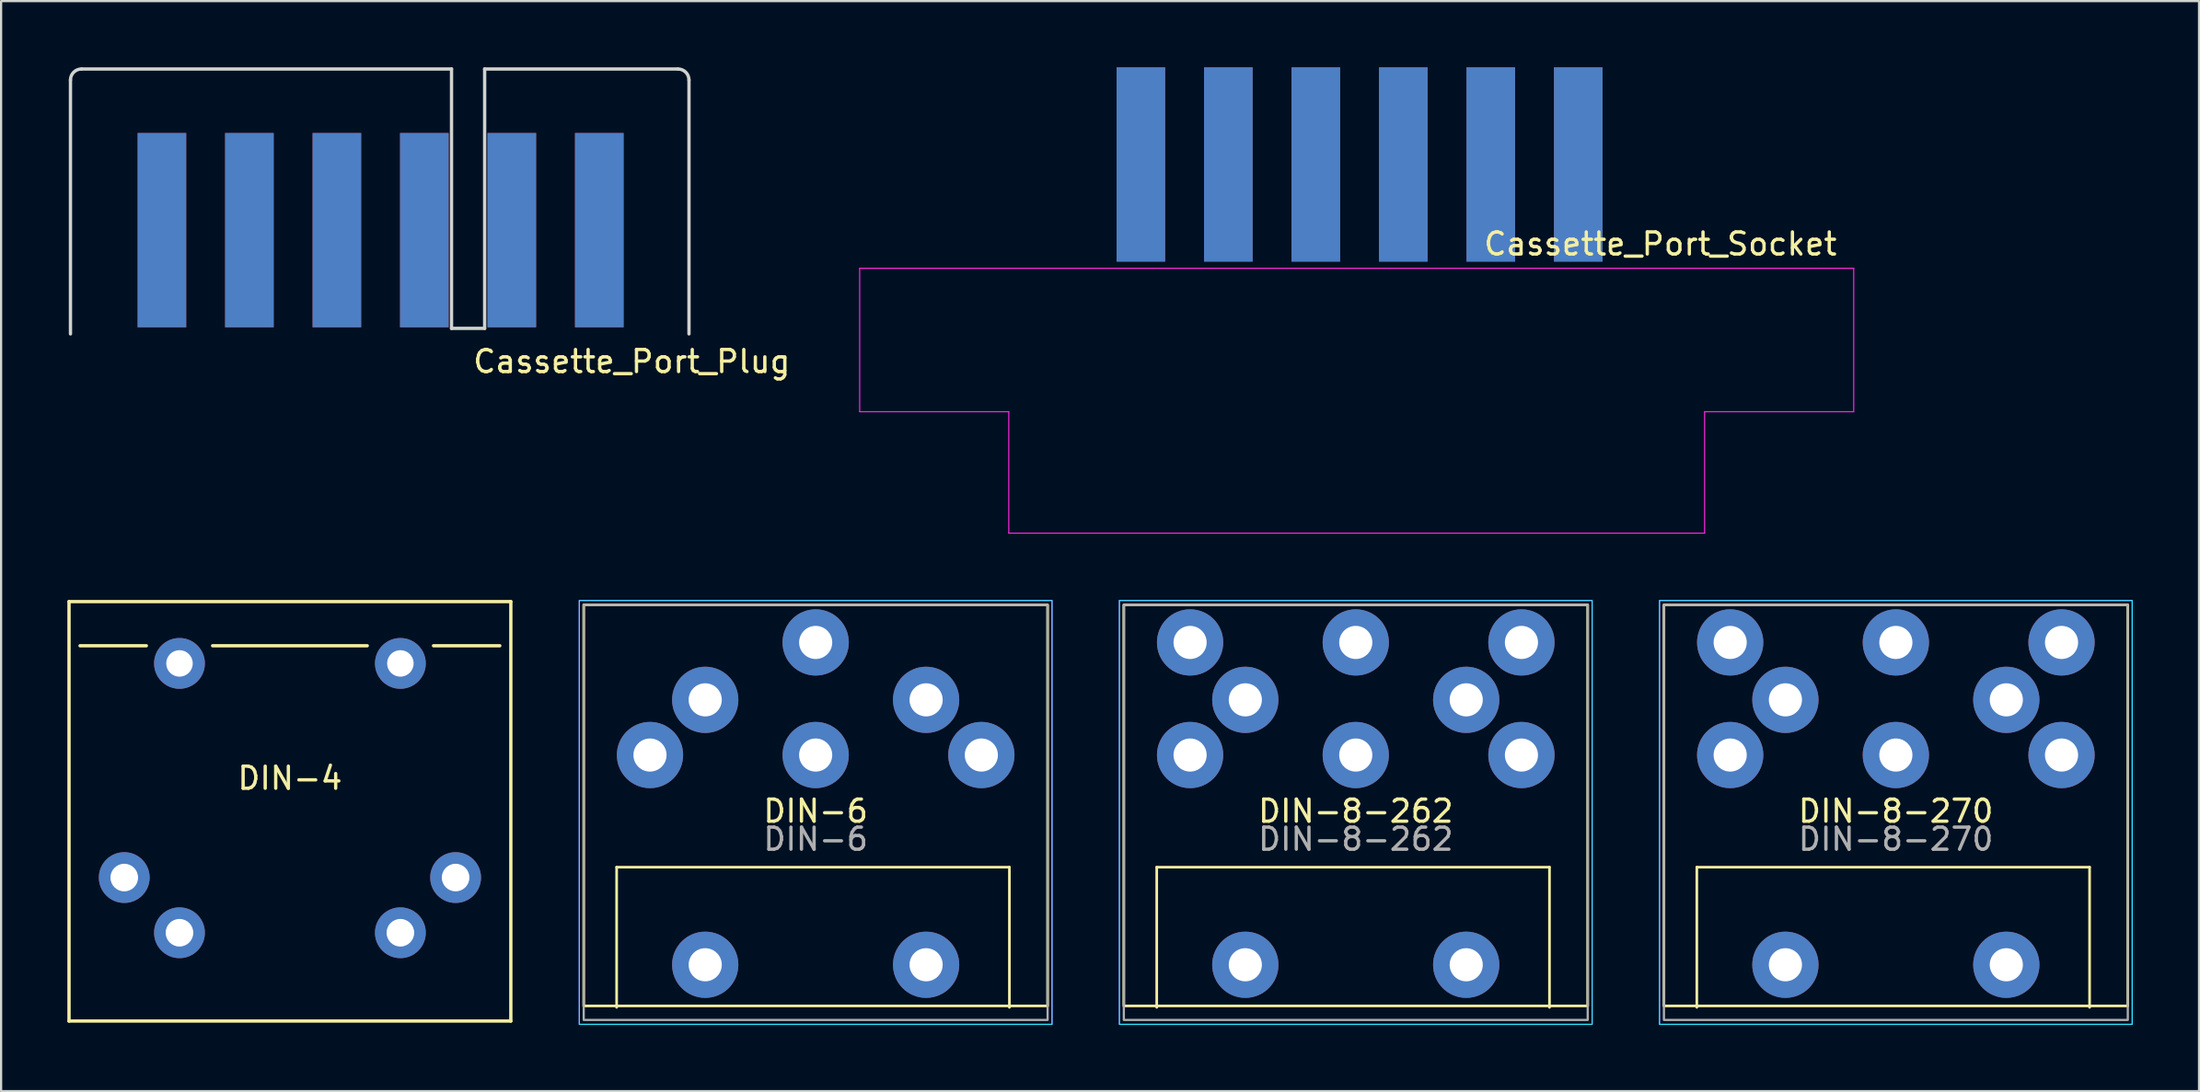
<source format=kicad_pcb>
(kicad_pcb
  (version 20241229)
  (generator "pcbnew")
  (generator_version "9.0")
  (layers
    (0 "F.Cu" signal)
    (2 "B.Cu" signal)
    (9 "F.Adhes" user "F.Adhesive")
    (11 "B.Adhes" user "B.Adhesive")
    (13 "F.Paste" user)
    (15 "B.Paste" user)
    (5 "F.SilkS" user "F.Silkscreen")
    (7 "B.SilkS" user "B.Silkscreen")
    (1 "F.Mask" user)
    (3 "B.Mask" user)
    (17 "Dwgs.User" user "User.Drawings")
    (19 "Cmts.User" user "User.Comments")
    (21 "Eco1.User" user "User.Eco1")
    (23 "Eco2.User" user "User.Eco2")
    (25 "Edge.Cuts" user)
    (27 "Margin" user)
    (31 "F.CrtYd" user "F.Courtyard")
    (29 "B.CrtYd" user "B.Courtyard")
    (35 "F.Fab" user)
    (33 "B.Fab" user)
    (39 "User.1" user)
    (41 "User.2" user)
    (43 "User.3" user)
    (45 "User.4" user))
  (footprint "DIN-6"
    (layer "F.Cu")
    (at 41.375 31.15)
    (property "Reference" "DIN-6" (at -7.5 2.54 0) (unlocked yes) (layer "F.SilkS") (effects (font (size 1 1) (thickness 0.15))))
    (attr through_hole)
    (fp_line (start -16.51 5.08) (end 1.27 5.08) (stroke (width 0.12) (type default)) (layer "F.SilkS"))
    (fp_line (start -16.51 11.43) (end -16.51 5.08) (stroke (width 0.12) (type default)) (layer "F.SilkS"))
    (fp_line (start 1.27 5.08) (end 1.27 11.43) (stroke (width 0.12) (type default)) (layer "F.SilkS"))
    (fp_rect (start -18 -6.8) (end 3 11.365) (stroke (width 0.12) (type default)) (fill no) (layer "F.SilkS"))
    (fp_rect (start -18.2 -7) (end 3.2 12.2) (stroke (width 0.05) (type default)) (fill no) (layer "B.CrtYd"))
    (fp_rect (start -18.2 -7) (end 3.2 12.2) (stroke (width 0.05) (type default)) (fill no) (layer "F.CrtYd"))
    (fp_rect (start -18 -6.8) (end 3 12) (stroke (width 0.1) (type default)) (fill no) (layer "F.Fab"))
    (fp_text user "${REFERENCE}" (at -7.5 3.81 0) (unlocked yes) (layer "F.Fab") (effects (font (size 1 1) (thickness 0.15))))
    (pad "1" thru_hole circle (at 0 0) (size 3 3) (drill 1.5) (layers "*.Cu" "*.Mask"))
    (pad "2" thru_hole circle (at -7.5 0) (size 3 3) (drill 1.5) (layers "*.Cu" "*.Mask"))
    (pad "3" thru_hole circle (at -15 0) (size 3 3) (drill 1.5) (layers "*.Cu" "*.Mask"))
    (pad "4" thru_hole circle (at -2.5 -2.5) (size 3 3) (drill 1.5) (layers "*.Cu" "*.Mask"))
    (pad "5" thru_hole circle (at -12.5 -2.5) (size 3 3) (drill 1.5) (layers "*.Cu" "*.Mask"))
    (pad "6" thru_hole circle (at -7.5 -5.1) (size 3 3) (drill 1.5) (layers "*.Cu" "*.Mask"))
    (pad "7" thru_hole circle (at -12.5 9.5) (size 3 3) (drill 1.5) (layers "*.Cu" "*.Mask"))
    (pad "7" thru_hole circle (at -2.5 9.5) (size 3 3) (drill 1.5) (layers "*.Cu" "*.Mask")))
  (footprint "DIN-8-262"
    (layer "F.Cu")
    (at 65.825 31.15)
    (property "Reference" "DIN-8-262" (at -7.5 2.54 0) (unlocked yes) (layer "F.SilkS") (effects (font (size 1 1) (thickness 0.15))))
    (attr through_hole)
    (fp_line (start -16.51 5.08) (end 1.27 5.08) (stroke (width 0.12) (type default)) (layer "F.SilkS"))
    (fp_line (start -16.51 11.43) (end -16.51 5.08) (stroke (width 0.12) (type default)) (layer "F.SilkS"))
    (fp_line (start 1.27 5.08) (end 1.27 11.43) (stroke (width 0.12) (type default)) (layer "F.SilkS"))
    (fp_rect (start -18 -6.8) (end 3 11.365) (stroke (width 0.12) (type default)) (fill no) (layer "F.SilkS"))
    (fp_rect (start -18.2 -7) (end 3.2 12.2) (stroke (width 0.05) (type default)) (fill no) (layer "B.CrtYd"))
    (fp_rect (start -18.2 -7) (end 3.2 12.2) (stroke (width 0.05) (type default)) (fill no) (layer "F.CrtYd"))
    (fp_rect (start -18 -6.8) (end 3 12) (stroke (width 0.1) (type default)) (fill no) (layer "F.Fab"))
    (fp_text user "${REFERENCE}" (at -7.5 3.81 0) (unlocked yes) (layer "F.Fab") (effects (font (size 1 1) (thickness 0.15))))
    (pad "0" thru_hole circle (at -12.5 9.5) (size 3 3) (drill 1.5) (layers "*.Cu" "*.Mask"))
    (pad "0" thru_hole circle (at -2.5 9.5) (size 3 3) (drill 1.5) (layers "*.Cu" "*.Mask"))
    (pad "1" thru_hole circle (at 0 0) (size 3 3) (drill 1.5) (layers "*.Cu" "*.Mask"))
    (pad "2" thru_hole circle (at -7.5 0) (size 3 3) (drill 1.5) (layers "*.Cu" "*.Mask"))
    (pad "3" thru_hole circle (at -15 0) (size 3 3) (drill 1.5) (layers "*.Cu" "*.Mask"))
    (pad "4" thru_hole circle (at -2.5 -2.5) (size 3 3) (drill 1.5) (layers "*.Cu" "*.Mask"))
    (pad "5" thru_hole circle (at -12.5 -2.5) (size 3 3) (drill 1.5) (layers "*.Cu" "*.Mask"))
    (pad "6" thru_hole circle (at -7.5 -5.1) (size 3 3) (drill 1.5) (layers "*.Cu" "*.Mask"))
    (pad "7" thru_hole circle (at 0 -5.1) (size 3 3) (drill 1.5) (layers "*.Cu" "*.Mask"))
    (pad "8" thru_hole circle (at -15 -5.1) (size 3 3) (drill 1.5) (layers "*.Cu" "*.Mask")))
  (footprint "DIN-8-270"
    (layer "F.Cu")
    (at 90.275 31.15)
    (property "Reference" "DIN-8-270" (at -7.5 2.54 0) (unlocked yes) (layer "F.SilkS") (effects (font (size 1 1) (thickness 0.15))))
    (attr through_hole)
    (fp_line (start -16.51 5.08) (end 1.27 5.08) (stroke (width 0.12) (type default)) (layer "F.SilkS"))
    (fp_line (start -16.51 11.43) (end -16.51 5.08) (stroke (width 0.12) (type default)) (layer "F.SilkS"))
    (fp_line (start 1.27 5.08) (end 1.27 11.43) (stroke (width 0.12) (type default)) (layer "F.SilkS"))
    (fp_rect (start -18 -6.8) (end 3 11.365) (stroke (width 0.12) (type default)) (fill no) (layer "F.SilkS"))
    (fp_rect (start -18.2 -7) (end 3.2 12.2) (stroke (width 0.05) (type default)) (fill no) (layer "B.CrtYd"))
    (fp_rect (start -18.2 -7) (end 3.2 12.2) (stroke (width 0.05) (type default)) (fill no) (layer "F.CrtYd"))
    (fp_rect (start -18 -6.8) (end 3 12) (stroke (width 0.1) (type default)) (fill no) (layer "F.Fab"))
    (fp_text user "${REFERENCE}" (at -7.5 3.81 0) (unlocked yes) (layer "F.Fab") (effects (font (size 1 1) (thickness 0.15))))
    (pad "0" thru_hole circle (at -12.5 9.5) (size 3 3) (drill 1.5) (layers "*.Cu" "*.Mask"))
    (pad "0" thru_hole circle (at -2.5 9.5) (size 3 3) (drill 1.5) (layers "*.Cu" "*.Mask"))
    (pad "1" thru_hole circle (at 0 0) (size 3 3) (drill 1.5) (layers "*.Cu" "*.Mask"))
    (pad "2" thru_hole circle (at -7.5 0) (size 3 3) (drill 1.5) (layers "*.Cu" "*.Mask"))
    (pad "3" thru_hole circle (at -15 0) (size 3 3) (drill 1.5) (layers "*.Cu" "*.Mask"))
    (pad "4" thru_hole circle (at -2.5 -2.5) (size 3 3) (drill 1.5) (layers "*.Cu" "*.Mask"))
    (pad "5" thru_hole circle (at -12.5 -2.5) (size 3 3) (drill 1.5) (layers "*.Cu" "*.Mask"))
    (pad "6" thru_hole circle (at 0 -5.1) (size 3 3) (drill 1.5) (layers "*.Cu" "*.Mask"))
    (pad "7" thru_hole circle (at -15 -5.1) (size 3 3) (drill 1.5) (layers "*.Cu" "*.Mask"))
    (pad "8" thru_hole circle (at -7.5 -5.1) (size 3 3) (drill 1.5) (layers "*.Cu" "*.Mask")))
  (footprint "Cassette_Port_Socket"
    (layer "F.Cu")
    (at 46.617 9.1)
    (property "Reference" "Cassette_Port_Socket" (at 25.5 -1.1 0) (layer "F.SilkS") (effects (font (size 1 1) (thickness 0.15))))
    (attr through_hole)
    (fp_line (start -10.75 0) (end 34.25 0) (stroke (width 0.05) (type default)) (layer "F.CrtYd"))
    (fp_line (start -10.75 6.5) (end -10.75 0) (stroke (width 0.05) (type default)) (layer "F.CrtYd"))
    (fp_line (start -4 6.5) (end -10.75 6.5) (stroke (width 0.05) (type default)) (layer "F.CrtYd"))
    (fp_line (start -4 12) (end -4 6.5) (stroke (width 0.05) (type default)) (layer "F.CrtYd"))
    (fp_line (start 27.5 6.5) (end 27.5 12) (stroke (width 0.05) (type default)) (layer "F.CrtYd"))
    (fp_line (start 27.5 12) (end -4 12) (stroke (width 0.05) (type default)) (layer "F.CrtYd"))
    (fp_line (start 34.25 0) (end 34.25 6.5) (stroke (width 0.05) (type default)) (layer "F.CrtYd"))
    (fp_line (start 34.25 6.5) (end 27.5 6.5) (stroke (width 0.05) (type default)) (layer "F.CrtYd"))
    (pad "1" smd rect (at 21.78 -4.7) (size 2.2 8.8) (layers "F.Cu" "F.Mask" "F.Paste"))
    (pad "2" smd rect (at 17.82 -4.7) (size 2.2 8.8) (layers "F.Cu" "F.Mask" "F.Paste"))
    (pad "3" smd rect (at 13.86 -4.7) (size 2.2 8.8) (layers "F.Cu" "F.Mask" "F.Paste"))
    (pad "4" smd rect (at 9.9 -4.7) (size 2.2 8.8) (layers "F.Cu" "F.Mask" "F.Paste"))
    (pad "5" smd rect (at 5.94 -4.7) (size 2.2 8.8) (layers "F.Cu" "F.Mask" "F.Paste"))
    (pad "6" smd rect (at 1.98 -4.7) (size 2.2 8.8) (layers "F.Cu" "F.Mask" "F.Paste"))
    (pad "A" smd rect (at 21.78 -4.7) (size 2.2 8.8) (layers "B.Cu" "B.Mask" "B.Paste"))
    (pad "B" smd rect (at 17.82 -4.7) (size 2.2 8.8) (layers "B.Cu" "B.Mask" "B.Paste"))
    (pad "C" smd rect (at 13.86 -4.7) (size 2.2 8.8) (layers "B.Cu" "B.Mask" "B.Paste"))
    (pad "D" smd rect (at 9.9 -4.7) (size 2.2 8.8) (layers "B.Cu" "B.Mask" "B.Paste"))
    (pad "E" smd rect (at 5.94 -4.7) (size 2.2 8.8) (layers "B.Cu" "B.Mask" "B.Paste"))
    (pad "F" smd rect (at 1.98 -4.7) (size 2.2 8.8) (layers "B.Cu" "B.Mask" "B.Paste")))
  (footprint "DIN-4"
    (layer "F.Cu")
    (at 10.075 36.7)
    (property "Reference" "DIN-4" (at 0 -4.5 180) (layer "F.SilkS") (effects (font (size 1 1) (thickness 0.15))))
    (attr through_hole)
    (fp_line (start -10 -12.5) (end -10 6.5) (stroke (width 0.15) (type solid)) (layer "F.SilkS"))
    (fp_line (start -10 6.5) (end 10 6.5) (stroke (width 0.15) (type solid)) (layer "F.SilkS"))
    (fp_line (start -9.5 -10.5) (end -6.5 -10.5) (stroke (width 0.15) (type solid)) (layer "F.SilkS"))
    (fp_line (start -3.5 -10.5) (end 3.5 -10.5) (stroke (width 0.15) (type solid)) (layer "F.SilkS"))
    (fp_line (start 6.5 -10.5) (end 9.5 -10.5) (stroke (width 0.15) (type solid)) (layer "F.SilkS"))
    (fp_line (start 10 -12.5) (end -10 -12.5) (stroke (width 0.15) (type solid)) (layer "F.SilkS"))
    (fp_line (start 10 6.5) (end 10 -12.5) (stroke (width 0.15) (type solid)) (layer "F.SilkS"))
    (pad "" thru_hole circle (at -5 -9.7) (size 2.3 2.3) (drill 1.2) (layers "*.Cu" "*.Mask"))
    (pad "" thru_hole circle (at 5 -9.7) (size 2.3 2.3) (drill 1.2) (layers "*.Cu" "*.Mask"))
    (pad "1" thru_hole circle (at -7.5 0) (size 2.3 2.3) (drill 1.25) (layers "*.Cu" "*.Mask"))
    (pad "2" thru_hole circle (at -5 2.5) (size 2.3 2.3) (drill 1.25) (layers "*.Cu" "*.Mask"))
    (pad "3" thru_hole circle (at 7.5 0 90) (size 2.3 2.3) (drill 1.25) (layers "*.Cu" "*.Mask"))
    (pad "4" thru_hole circle (at 5 2.5) (size 2.3 2.3) (drill 1.25) (layers "*.Cu" "*.Mask")))
  (footprint "Cassette_Port_Plug"
    (layer "F.Cu")
    (at 2.3 12.075)
    (property "Reference" "Cassette_Port_Plug" (at 23.25 1.25 0) (layer "F.SilkS") (effects (font (size 1 1) (thickness 0.15))))
    (attr through_hole)
    (fp_rect (start -2.25 -12) (end 26 -0.25) (stroke (width 0.1) (type solid)) (fill yes) (layer "F.Mask"))
    (fp_rect (start -2.25 -12) (end 26 -0.25) (stroke (width 0.1) (type solid)) (fill yes) (layer "B.Mask"))
    (fp_line (start -2.16 -11.5) (end -2.16 0) (stroke (width 0.15) (type solid)) (layer "Edge.Cuts"))
    (fp_line (start 15.09 -12) (end -1.66 -12) (stroke (width 0.15) (type solid)) (layer "Edge.Cuts"))
    (fp_line (start 15.09 -0.25) (end 15.09 -12) (stroke (width 0.15) (type solid)) (layer "Edge.Cuts"))
    (fp_line (start 16.59 -12) (end 16.59 -0.25) (stroke (width 0.15) (type solid)) (layer "Edge.Cuts"))
    (fp_line (start 16.59 -0.25) (end 15.09 -0.25) (stroke (width 0.15) (type solid)) (layer "Edge.Cuts"))
    (fp_line (start 25.34 -12) (end 16.59 -12) (stroke (width 0.15) (type solid)) (layer "Edge.Cuts"))
    (fp_line (start 25.84 0) (end 25.84 -11.5) (stroke (width 0.15) (type solid)) (layer "Edge.Cuts"))
    (fp_arc (start -2.16 -11.5) (mid -2.013553 -11.853553) (end -1.66 -12) (stroke (width 0.15) (type solid)) (layer "Edge.Cuts"))
    (fp_arc (start 25.34 -12) (mid 25.693553 -11.853553) (end 25.84 -11.5) (stroke (width 0.15) (type solid)) (layer "Edge.Cuts"))
    (pad "1" smd rect (at 21.78 -4.7) (size 2.2 8.8) (layers "F.Cu" "F.Mask" "F.Paste"))
    (pad "2" smd rect (at 17.82 -4.7) (size 2.2 8.8) (layers "F.Cu" "F.Mask" "F.Paste"))
    (pad "3" smd rect (at 13.86 -4.7) (size 2.2 8.8) (layers "F.Cu" "F.Mask" "F.Paste"))
    (pad "4" smd rect (at 9.9 -4.7) (size 2.2 8.8) (layers "F.Cu" "F.Mask" "F.Paste"))
    (pad "5" smd rect (at 5.94 -4.7) (size 2.2 8.8) (layers "F.Cu" "F.Mask" "F.Paste"))
    (pad "6" smd rect (at 1.98 -4.7) (size 2.2 8.8) (layers "F.Cu" "F.Mask" "F.Paste"))
    (pad "A" smd rect (at 21.78 -4.7) (size 2.2 8.8) (layers "B.Cu" "B.Mask" "B.Paste"))
    (pad "B" smd rect (at 17.82 -4.7) (size 2.2 8.8) (layers "B.Cu" "B.Mask" "B.Paste"))
    (pad "C" smd rect (at 13.86 -4.7) (size 2.2 8.8) (layers "B.Cu" "B.Mask" "B.Paste"))
    (pad "D" smd rect (at 9.9 -4.7) (size 2.2 8.8) (layers "B.Cu" "B.Mask" "B.Paste"))
    (pad "E" smd rect (at 5.94 -4.7) (size 2.2 8.8) (layers "B.Cu" "B.Mask" "B.Paste"))
    (pad "F" smd rect (at 1.98 -4.7) (size 2.2 8.8) (layers "B.Cu" "B.Mask" "B.Paste")))
  (gr_rect
    (start -3 -3)
    (end 96.5 46.375)
    (stroke (width 0.1) (type default))
    (fill no)
    (layer "Edge.Cuts")))
</source>
